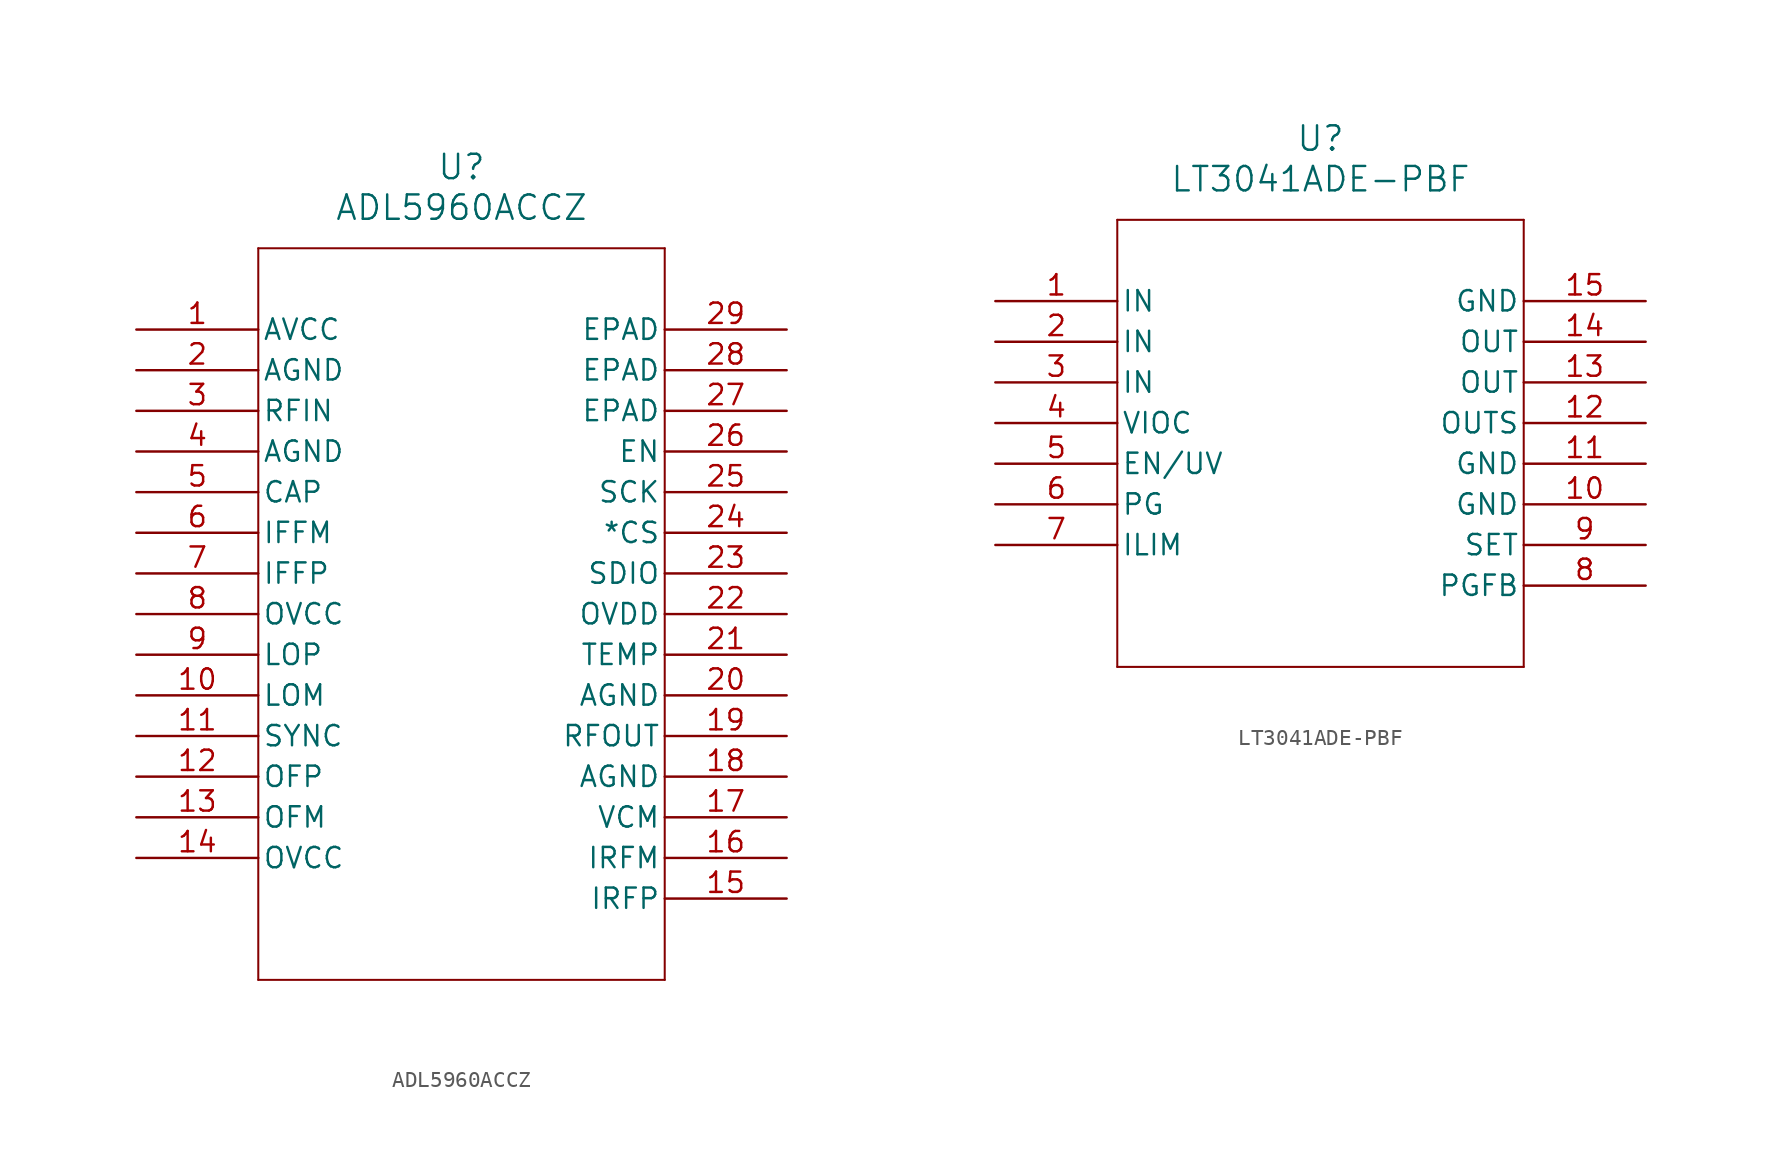
<source format=kicad_sym>
(kicad_symbol_lib
  (version 20241209)
  (generator "kicad_symbol_editor")
  (generator_version "9.0")
  (symbol "ADL5960ACCZ"
    (pin_names
      (offset 0.254))
    (property "Reference" "U"
      (at 20.32 10.16 0)
      (effects (font (size 1.524 1.524))))
    (property "Value" "ADL5960ACCZ"
      (at 20.32 7.62 0)
      (effects (font (size 1.524 1.524))))
    (property "ki_locked" ""
      (at 0 0 0)
      (effects (font (size 1.27 1.27))))
    (symbol "ADL5960ACCZ_0_1"
      (polyline (pts (xy 7.62 5.08) (xy 7.62 -40.64)) (stroke (width 0.127) (type default)) (fill (type none)))
      (polyline (pts (xy 7.62 -40.64) (xy 33.02 -40.64)) (stroke (width 0.127) (type default)) (fill (type none)))
      (polyline (pts (xy 33.02 5.08) (xy 7.62 5.08)) (stroke (width 0.127) (type default)) (fill (type none)))
      (polyline (pts (xy 33.02 -40.64) (xy 33.02 5.08)) (stroke (width 0.127) (type default)) (fill (type none)))
      (pin power_in line (at 0 0 0) (length 7.62) (name "AVCC" (effects (font (size 1.27 1.27)))) (number "1" (effects (font (size 1.27 1.27)))))
      (pin power_out line (at 0 -2.54 0) (length 7.62) (name "AGND" (effects (font (size 1.27 1.27)))) (number "2" (effects (font (size 1.27 1.27)))))
      (pin input line (at 0 -5.08 0) (length 7.62) (name "RFIN" (effects (font (size 1.27 1.27)))) (number "3" (effects (font (size 1.27 1.27)))))
      (pin power_out line (at 0 -7.62 0) (length 7.62) (name "AGND" (effects (font (size 1.27 1.27)))) (number "4" (effects (font (size 1.27 1.27)))))
      (pin unspecified line (at 0 -10.16 0) (length 7.62) (name "CAP" (effects (font (size 1.27 1.27)))) (number "5" (effects (font (size 1.27 1.27)))))
      (pin output line (at 0 -12.7 0) (length 7.62) (name "IFFM" (effects (font (size 1.27 1.27)))) (number "6" (effects (font (size 1.27 1.27)))))
      (pin output line (at 0 -15.24 0) (length 7.62) (name "IFFP" (effects (font (size 1.27 1.27)))) (number "7" (effects (font (size 1.27 1.27)))))
      (pin power_in line (at 0 -17.78 0) (length 7.62) (name "OVCC" (effects (font (size 1.27 1.27)))) (number "8" (effects (font (size 1.27 1.27)))))
      (pin input line (at 0 -20.32 0) (length 7.62) (name "LOP" (effects (font (size 1.27 1.27)))) (number "9" (effects (font (size 1.27 1.27)))))
      (pin input line (at 0 -22.86 0) (length 7.62) (name "LOM" (effects (font (size 1.27 1.27)))) (number "10" (effects (font (size 1.27 1.27)))))
      (pin input line (at 0 -25.4 0) (length 7.62) (name "SYNC" (effects (font (size 1.27 1.27)))) (number "11" (effects (font (size 1.27 1.27)))))
      (pin input line (at 0 -27.94 0) (length 7.62) (name "OFP" (effects (font (size 1.27 1.27)))) (number "12" (effects (font (size 1.27 1.27)))))
      (pin input line (at 0 -30.48 0) (length 7.62) (name "OFM" (effects (font (size 1.27 1.27)))) (number "13" (effects (font (size 1.27 1.27)))))
      (pin power_in line (at 0 -33.02 0) (length 7.62) (name "OVCC" (effects (font (size 1.27 1.27)))) (number "14" (effects (font (size 1.27 1.27)))))
      (pin power_out line (at 40.64 0 180) (length 7.62) (name "EPAD" (effects (font (size 1.27 1.27)))) (number "29" (effects (font (size 1.27 1.27)))))
      (pin power_out line (at 40.64 -2.54 180) (length 7.62) (name "EPAD" (effects (font (size 1.27 1.27)))) (number "28" (effects (font (size 1.27 1.27)))))
      (pin power_out line (at 40.64 -5.08 180) (length 7.62) (name "EPAD" (effects (font (size 1.27 1.27)))) (number "27" (effects (font (size 1.27 1.27)))))
      (pin unspecified line (at 40.64 -7.62 180) (length 7.62) (name "EN" (effects (font (size 1.27 1.27)))) (number "26" (effects (font (size 1.27 1.27)))))
      (pin input line (at 40.64 -10.16 180) (length 7.62) (name "SCK" (effects (font (size 1.27 1.27)))) (number "25" (effects (font (size 1.27 1.27)))))
      (pin unspecified line (at 40.64 -12.7 180) (length 7.62) (name "*CS" (effects (font (size 1.27 1.27)))) (number "24" (effects (font (size 1.27 1.27)))))
      (pin bidirectional line (at 40.64 -15.24 180) (length 7.62) (name "SDIO" (effects (font (size 1.27 1.27)))) (number "23" (effects (font (size 1.27 1.27)))))
      (pin power_in line (at 40.64 -17.78 180) (length 7.62) (name "OVDD" (effects (font (size 1.27 1.27)))) (number "22" (effects (font (size 1.27 1.27)))))
      (pin unspecified line (at 40.64 -20.32 180) (length 7.62) (name "TEMP" (effects (font (size 1.27 1.27)))) (number "21" (effects (font (size 1.27 1.27)))))
      (pin power_out line (at 40.64 -22.86 180) (length 7.62) (name "AGND" (effects (font (size 1.27 1.27)))) (number "20" (effects (font (size 1.27 1.27)))))
      (pin output line (at 40.64 -25.4 180) (length 7.62) (name "RFOUT" (effects (font (size 1.27 1.27)))) (number "19" (effects (font (size 1.27 1.27)))))
      (pin power_out line (at 40.64 -27.94 180) (length 7.62) (name "AGND" (effects (font (size 1.27 1.27)))) (number "18" (effects (font (size 1.27 1.27)))))
      (pin unspecified line (at 40.64 -30.48 180) (length 7.62) (name "VCM" (effects (font (size 1.27 1.27)))) (number "17" (effects (font (size 1.27 1.27)))))
      (pin output line (at 40.64 -33.02 180) (length 7.62) (name "IRFM" (effects (font (size 1.27 1.27)))) (number "16" (effects (font (size 1.27 1.27)))))
      (pin output line (at 40.64 -35.56 180) (length 7.62) (name "IRFP" (effects (font (size 1.27 1.27)))) (number "15" (effects (font (size 1.27 1.27)))))))
  (symbol "LT3041ADE-PBF"
    (pin_names
      (offset 0.254))
    (property "Reference" "U"
      (at 20.32 10.16 0)
      (effects (font (size 1.524 1.524))))
    (property "Value" "LT3041ADE-PBF"
      (at 20.32 7.62 0)
      (effects (font (size 1.524 1.524))))
    (property "ki_locked" ""
      (at 0 0 0)
      (effects (font (size 1.27 1.27))))
    (symbol "LT3041ADE-PBF_0_1"
      (polyline (pts (xy 7.62 5.08) (xy 7.62 -22.86)) (stroke (width 0.127) (type default)) (fill (type none)))
      (polyline (pts (xy 7.62 -22.86) (xy 33.02 -22.86)) (stroke (width 0.127) (type default)) (fill (type none)))
      (polyline (pts (xy 33.02 5.08) (xy 7.62 5.08)) (stroke (width 0.127) (type default)) (fill (type none)))
      (polyline (pts (xy 33.02 -22.86) (xy 33.02 5.08)) (stroke (width 0.127) (type default)) (fill (type none)))
      (pin input line (at 0 0 0) (length 7.62) (name "IN" (effects (font (size 1.27 1.27)))) (number "1" (effects (font (size 1.27 1.27)))))
      (pin input line (at 0 -2.54 0) (length 7.62) (name "IN" (effects (font (size 1.27 1.27)))) (number "2" (effects (font (size 1.27 1.27)))))
      (pin input line (at 0 -5.08 0) (length 7.62) (name "IN" (effects (font (size 1.27 1.27)))) (number "3" (effects (font (size 1.27 1.27)))))
      (pin power_in line (at 0 -7.62 0) (length 7.62) (name "VIOC" (effects (font (size 1.27 1.27)))) (number "4" (effects (font (size 1.27 1.27)))))
      (pin unspecified line (at 0 -10.16 0) (length 7.62) (name "EN/UV" (effects (font (size 1.27 1.27)))) (number "5" (effects (font (size 1.27 1.27)))))
      (pin unspecified line (at 0 -12.7 0) (length 7.62) (name "PG" (effects (font (size 1.27 1.27)))) (number "6" (effects (font (size 1.27 1.27)))))
      (pin unspecified line (at 0 -15.24 0) (length 7.62) (name "ILIM" (effects (font (size 1.27 1.27)))) (number "7" (effects (font (size 1.27 1.27)))))
      (pin power_out line (at 40.64 0 180) (length 7.62) (name "GND" (effects (font (size 1.27 1.27)))) (number "15" (effects (font (size 1.27 1.27)))))
      (pin output line (at 40.64 -2.54 180) (length 7.62) (name "OUT" (effects (font (size 1.27 1.27)))) (number "14" (effects (font (size 1.27 1.27)))))
      (pin output line (at 40.64 -5.08 180) (length 7.62) (name "OUT" (effects (font (size 1.27 1.27)))) (number "13" (effects (font (size 1.27 1.27)))))
      (pin output line (at 40.64 -7.62 180) (length 7.62) (name "OUTS" (effects (font (size 1.27 1.27)))) (number "12" (effects (font (size 1.27 1.27)))))
      (pin power_out line (at 40.64 -10.16 180) (length 7.62) (name "GND" (effects (font (size 1.27 1.27)))) (number "11" (effects (font (size 1.27 1.27)))))
      (pin power_out line (at 40.64 -12.7 180) (length 7.62) (name "GND" (effects (font (size 1.27 1.27)))) (number "10" (effects (font (size 1.27 1.27)))))
      (pin input line (at 40.64 -15.24 180) (length 7.62) (name "SET" (effects (font (size 1.27 1.27)))) (number "9" (effects (font (size 1.27 1.27)))))
      (pin unspecified line (at 40.64 -17.78 180) (length 7.62) (name "PGFB" (effects (font (size 1.27 1.27)))) (number "8" (effects (font (size 1.27 1.27))))))))
</source>
